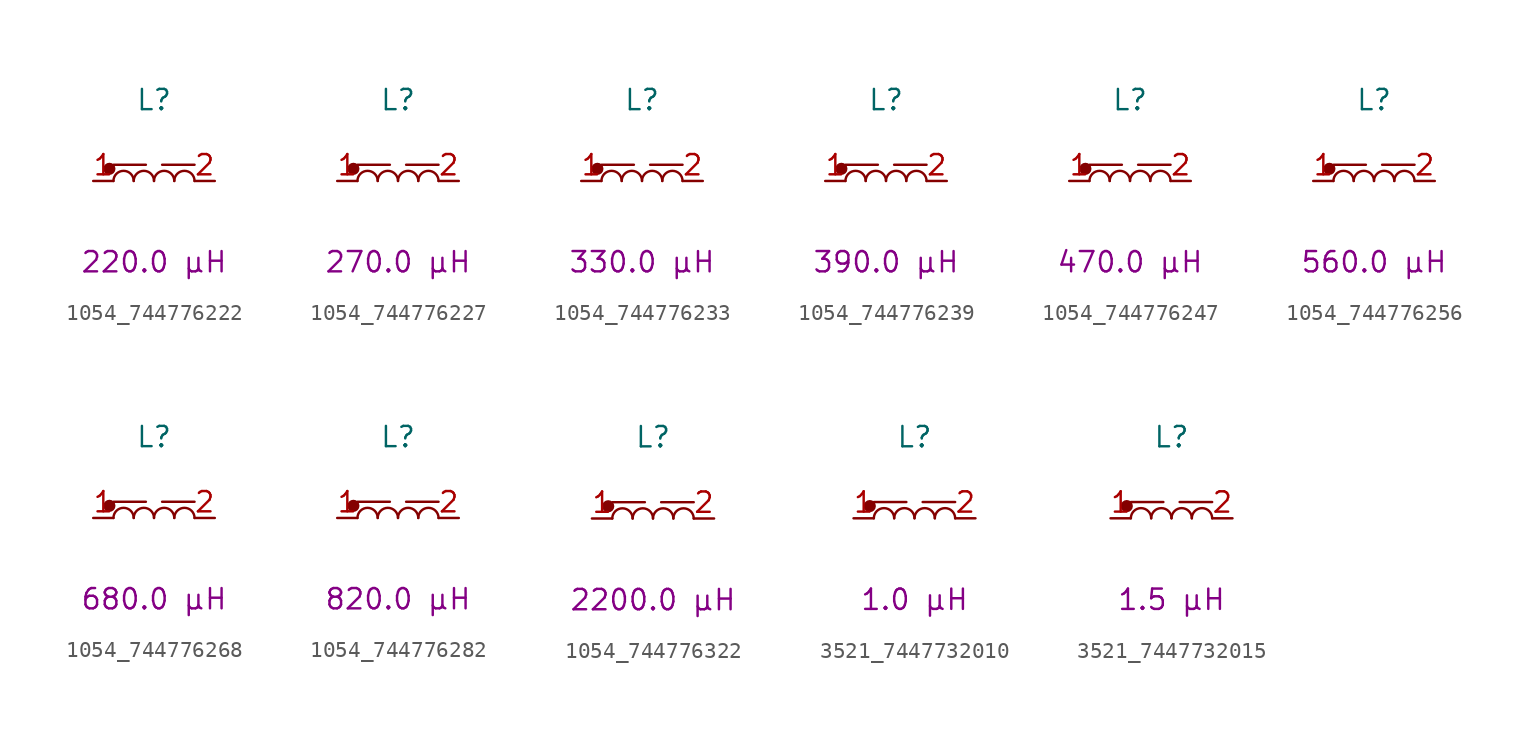
<source format=kicad_sym>
(kicad_symbol_lib
  (version 20220914)
  (generator kicad_symbol_editor)
  (symbol "1054_744776222"
    (pin_names hide)
    (property "Reference" "L"
      (at 0 5.08 0)
      (effects (font (size 1.27 1.27))))
    (property "Critical Parameter" "220.0 µH"
      (at 0 -5.08 0)
      (effects (font (size 1.27 1.27))))
    (symbol "1054_744776222_0_1"
      (arc (start -1.27 0) (mid -1.905 0.6323) (end -2.54 0) (stroke (width 0) (type default)) (fill (type none)))
      (arc (start 0 0) (mid -0.635 0.6323) (end -1.27 0) (stroke (width 0) (type default)) (fill (type none)))
      (polyline (pts (xy -2.54 1.016) (xy -0.508 1.016)) (stroke (width 0) (type default)) (fill (type none)))
      (arc (start 1.27 0) (mid 0.635 0.6323) (end 0 0) (stroke (width 0) (type default)) (fill (type none)))
      (arc (start 2.54 0) (mid 1.905 0.6323) (end 1.27 0) (stroke (width 0) (type default)) (fill (type none))))
    (symbol "1054_744776222_1_1"
      (circle (center -2.794 0.762) (radius 0.0001) (stroke (width 0.381) (type default)) (fill (type none)))
      (polyline (pts (xy 2.54 1.016) (xy 0.508 1.016)) (stroke (width 0) (type default)) (fill (type none)))
      (pin passive line (at -3.81 0 0) (length 1.27) (name "1" (effects (font (size 1.27 1.27)))) (number "1" (effects (font (size 1.27 1.27)))))
      (pin passive line (at 3.81 0 180) (length 1.27) (name "2" (effects (font (size 1.27 1.27)))) (number "2" (effects (font (size 1.27 1.27)))))))
  (symbol "1054_744776227"
    (pin_names hide)
    (property "Reference" "L"
      (at 0 5.08 0)
      (effects (font (size 1.27 1.27))))
    (property "Critical Parameter" "270.0 µH"
      (at 0 -5.08 0)
      (effects (font (size 1.27 1.27))))
    (symbol "1054_744776227_0_1"
      (arc (start -1.27 0) (mid -1.905 0.6323) (end -2.54 0) (stroke (width 0) (type default)) (fill (type none)))
      (arc (start 0 0) (mid -0.635 0.6323) (end -1.27 0) (stroke (width 0) (type default)) (fill (type none)))
      (polyline (pts (xy -2.54 1.016) (xy -0.508 1.016)) (stroke (width 0) (type default)) (fill (type none)))
      (arc (start 1.27 0) (mid 0.635 0.6323) (end 0 0) (stroke (width 0) (type default)) (fill (type none)))
      (arc (start 2.54 0) (mid 1.905 0.6323) (end 1.27 0) (stroke (width 0) (type default)) (fill (type none))))
    (symbol "1054_744776227_1_1"
      (circle (center -2.794 0.762) (radius 0.0001) (stroke (width 0.381) (type default)) (fill (type none)))
      (polyline (pts (xy 2.54 1.016) (xy 0.508 1.016)) (stroke (width 0) (type default)) (fill (type none)))
      (pin passive line (at -3.81 0 0) (length 1.27) (name "1" (effects (font (size 1.27 1.27)))) (number "1" (effects (font (size 1.27 1.27)))))
      (pin passive line (at 3.81 0 180) (length 1.27) (name "2" (effects (font (size 1.27 1.27)))) (number "2" (effects (font (size 1.27 1.27)))))))
  (symbol "1054_744776233"
    (pin_names hide)
    (property "Reference" "L"
      (at 0 5.08 0)
      (effects (font (size 1.27 1.27))))
    (property "Critical Parameter" "330.0 µH"
      (at 0 -5.08 0)
      (effects (font (size 1.27 1.27))))
    (symbol "1054_744776233_0_1"
      (arc (start -1.27 0) (mid -1.905 0.6323) (end -2.54 0) (stroke (width 0) (type default)) (fill (type none)))
      (arc (start 0 0) (mid -0.635 0.6323) (end -1.27 0) (stroke (width 0) (type default)) (fill (type none)))
      (polyline (pts (xy -2.54 1.016) (xy -0.508 1.016)) (stroke (width 0) (type default)) (fill (type none)))
      (arc (start 1.27 0) (mid 0.635 0.6323) (end 0 0) (stroke (width 0) (type default)) (fill (type none)))
      (arc (start 2.54 0) (mid 1.905 0.6323) (end 1.27 0) (stroke (width 0) (type default)) (fill (type none))))
    (symbol "1054_744776233_1_1"
      (circle (center -2.794 0.762) (radius 0.0001) (stroke (width 0.381) (type default)) (fill (type none)))
      (polyline (pts (xy 2.54 1.016) (xy 0.508 1.016)) (stroke (width 0) (type default)) (fill (type none)))
      (pin passive line (at -3.81 0 0) (length 1.27) (name "1" (effects (font (size 1.27 1.27)))) (number "1" (effects (font (size 1.27 1.27)))))
      (pin passive line (at 3.81 0 180) (length 1.27) (name "2" (effects (font (size 1.27 1.27)))) (number "2" (effects (font (size 1.27 1.27)))))))
  (symbol "1054_744776239"
    (pin_names hide)
    (property "Reference" "L"
      (at 0 5.08 0)
      (effects (font (size 1.27 1.27))))
    (property "Critical Parameter" "390.0 µH"
      (at 0 -5.08 0)
      (effects (font (size 1.27 1.27))))
    (symbol "1054_744776239_0_1"
      (arc (start -1.27 0) (mid -1.905 0.6323) (end -2.54 0) (stroke (width 0) (type default)) (fill (type none)))
      (arc (start 0 0) (mid -0.635 0.6323) (end -1.27 0) (stroke (width 0) (type default)) (fill (type none)))
      (polyline (pts (xy -2.54 1.016) (xy -0.508 1.016)) (stroke (width 0) (type default)) (fill (type none)))
      (arc (start 1.27 0) (mid 0.635 0.6323) (end 0 0) (stroke (width 0) (type default)) (fill (type none)))
      (arc (start 2.54 0) (mid 1.905 0.6323) (end 1.27 0) (stroke (width 0) (type default)) (fill (type none))))
    (symbol "1054_744776239_1_1"
      (circle (center -2.794 0.762) (radius 0.0001) (stroke (width 0.381) (type default)) (fill (type none)))
      (polyline (pts (xy 2.54 1.016) (xy 0.508 1.016)) (stroke (width 0) (type default)) (fill (type none)))
      (pin passive line (at -3.81 0 0) (length 1.27) (name "1" (effects (font (size 1.27 1.27)))) (number "1" (effects (font (size 1.27 1.27)))))
      (pin passive line (at 3.81 0 180) (length 1.27) (name "2" (effects (font (size 1.27 1.27)))) (number "2" (effects (font (size 1.27 1.27)))))))
  (symbol "1054_744776247"
    (pin_names hide)
    (property "Reference" "L"
      (at 0 5.08 0)
      (effects (font (size 1.27 1.27))))
    (property "Critical Parameter" "470.0 µH"
      (at 0 -5.08 0)
      (effects (font (size 1.27 1.27))))
    (symbol "1054_744776247_0_1"
      (arc (start -1.27 0) (mid -1.905 0.6323) (end -2.54 0) (stroke (width 0) (type default)) (fill (type none)))
      (arc (start 0 0) (mid -0.635 0.6323) (end -1.27 0) (stroke (width 0) (type default)) (fill (type none)))
      (polyline (pts (xy -2.54 1.016) (xy -0.508 1.016)) (stroke (width 0) (type default)) (fill (type none)))
      (arc (start 1.27 0) (mid 0.635 0.6323) (end 0 0) (stroke (width 0) (type default)) (fill (type none)))
      (arc (start 2.54 0) (mid 1.905 0.6323) (end 1.27 0) (stroke (width 0) (type default)) (fill (type none))))
    (symbol "1054_744776247_1_1"
      (circle (center -2.794 0.762) (radius 0.0001) (stroke (width 0.381) (type default)) (fill (type none)))
      (polyline (pts (xy 2.54 1.016) (xy 0.508 1.016)) (stroke (width 0) (type default)) (fill (type none)))
      (pin passive line (at -3.81 0 0) (length 1.27) (name "1" (effects (font (size 1.27 1.27)))) (number "1" (effects (font (size 1.27 1.27)))))
      (pin passive line (at 3.81 0 180) (length 1.27) (name "2" (effects (font (size 1.27 1.27)))) (number "2" (effects (font (size 1.27 1.27)))))))
  (symbol "1054_744776256"
    (pin_names hide)
    (property "Reference" "L"
      (at 0 5.08 0)
      (effects (font (size 1.27 1.27))))
    (property "Critical Parameter" "560.0 µH"
      (at 0 -5.08 0)
      (effects (font (size 1.27 1.27))))
    (symbol "1054_744776256_0_1"
      (arc (start -1.27 0) (mid -1.905 0.6323) (end -2.54 0) (stroke (width 0) (type default)) (fill (type none)))
      (arc (start 0 0) (mid -0.635 0.6323) (end -1.27 0) (stroke (width 0) (type default)) (fill (type none)))
      (polyline (pts (xy -2.54 1.016) (xy -0.508 1.016)) (stroke (width 0) (type default)) (fill (type none)))
      (arc (start 1.27 0) (mid 0.635 0.6323) (end 0 0) (stroke (width 0) (type default)) (fill (type none)))
      (arc (start 2.54 0) (mid 1.905 0.6323) (end 1.27 0) (stroke (width 0) (type default)) (fill (type none))))
    (symbol "1054_744776256_1_1"
      (circle (center -2.794 0.762) (radius 0.0001) (stroke (width 0.381) (type default)) (fill (type none)))
      (polyline (pts (xy 2.54 1.016) (xy 0.508 1.016)) (stroke (width 0) (type default)) (fill (type none)))
      (pin passive line (at -3.81 0 0) (length 1.27) (name "1" (effects (font (size 1.27 1.27)))) (number "1" (effects (font (size 1.27 1.27)))))
      (pin passive line (at 3.81 0 180) (length 1.27) (name "2" (effects (font (size 1.27 1.27)))) (number "2" (effects (font (size 1.27 1.27)))))))
  (symbol "1054_744776268"
    (pin_names hide)
    (property "Reference" "L"
      (at 0 5.08 0)
      (effects (font (size 1.27 1.27))))
    (property "Critical Parameter" "680.0 µH"
      (at 0 -5.08 0)
      (effects (font (size 1.27 1.27))))
    (symbol "1054_744776268_0_1"
      (arc (start -1.27 0) (mid -1.905 0.6323) (end -2.54 0) (stroke (width 0) (type default)) (fill (type none)))
      (arc (start 0 0) (mid -0.635 0.6323) (end -1.27 0) (stroke (width 0) (type default)) (fill (type none)))
      (polyline (pts (xy -2.54 1.016) (xy -0.508 1.016)) (stroke (width 0) (type default)) (fill (type none)))
      (arc (start 1.27 0) (mid 0.635 0.6323) (end 0 0) (stroke (width 0) (type default)) (fill (type none)))
      (arc (start 2.54 0) (mid 1.905 0.6323) (end 1.27 0) (stroke (width 0) (type default)) (fill (type none))))
    (symbol "1054_744776268_1_1"
      (circle (center -2.794 0.762) (radius 0.0001) (stroke (width 0.381) (type default)) (fill (type none)))
      (polyline (pts (xy 2.54 1.016) (xy 0.508 1.016)) (stroke (width 0) (type default)) (fill (type none)))
      (pin passive line (at -3.81 0 0) (length 1.27) (name "1" (effects (font (size 1.27 1.27)))) (number "1" (effects (font (size 1.27 1.27)))))
      (pin passive line (at 3.81 0 180) (length 1.27) (name "2" (effects (font (size 1.27 1.27)))) (number "2" (effects (font (size 1.27 1.27)))))))
  (symbol "1054_744776282"
    (pin_names hide)
    (property "Reference" "L"
      (at 0 5.08 0)
      (effects (font (size 1.27 1.27))))
    (property "Critical Parameter" "820.0 µH"
      (at 0 -5.08 0)
      (effects (font (size 1.27 1.27))))
    (symbol "1054_744776282_0_1"
      (arc (start -1.27 0) (mid -1.905 0.6323) (end -2.54 0) (stroke (width 0) (type default)) (fill (type none)))
      (arc (start 0 0) (mid -0.635 0.6323) (end -1.27 0) (stroke (width 0) (type default)) (fill (type none)))
      (polyline (pts (xy -2.54 1.016) (xy -0.508 1.016)) (stroke (width 0) (type default)) (fill (type none)))
      (arc (start 1.27 0) (mid 0.635 0.6323) (end 0 0) (stroke (width 0) (type default)) (fill (type none)))
      (arc (start 2.54 0) (mid 1.905 0.6323) (end 1.27 0) (stroke (width 0) (type default)) (fill (type none))))
    (symbol "1054_744776282_1_1"
      (circle (center -2.794 0.762) (radius 0.0001) (stroke (width 0.381) (type default)) (fill (type none)))
      (polyline (pts (xy 2.54 1.016) (xy 0.508 1.016)) (stroke (width 0) (type default)) (fill (type none)))
      (pin passive line (at -3.81 0 0) (length 1.27) (name "1" (effects (font (size 1.27 1.27)))) (number "1" (effects (font (size 1.27 1.27)))))
      (pin passive line (at 3.81 0 180) (length 1.27) (name "2" (effects (font (size 1.27 1.27)))) (number "2" (effects (font (size 1.27 1.27)))))))
  (symbol "1054_744776322"
    (pin_names hide)
    (property "Reference" "L"
      (at 0 5.08 0)
      (effects (font (size 1.27 1.27))))
    (property "Critical Parameter" "2200.0 µH"
      (at 0 -5.08 0)
      (effects (font (size 1.27 1.27))))
    (symbol "1054_744776322_0_1"
      (arc (start -1.27 0) (mid -1.905 0.6323) (end -2.54 0) (stroke (width 0) (type default)) (fill (type none)))
      (arc (start 0 0) (mid -0.635 0.6323) (end -1.27 0) (stroke (width 0) (type default)) (fill (type none)))
      (polyline (pts (xy -2.54 1.016) (xy -0.508 1.016)) (stroke (width 0) (type default)) (fill (type none)))
      (arc (start 1.27 0) (mid 0.635 0.6323) (end 0 0) (stroke (width 0) (type default)) (fill (type none)))
      (arc (start 2.54 0) (mid 1.905 0.6323) (end 1.27 0) (stroke (width 0) (type default)) (fill (type none))))
    (symbol "1054_744776322_1_1"
      (circle (center -2.794 0.762) (radius 0.0001) (stroke (width 0.381) (type default)) (fill (type none)))
      (polyline (pts (xy 2.54 1.016) (xy 0.508 1.016)) (stroke (width 0) (type default)) (fill (type none)))
      (pin passive line (at -3.81 0 0) (length 1.27) (name "1" (effects (font (size 1.27 1.27)))) (number "1" (effects (font (size 1.27 1.27)))))
      (pin passive line (at 3.81 0 180) (length 1.27) (name "2" (effects (font (size 1.27 1.27)))) (number "2" (effects (font (size 1.27 1.27)))))))
  (symbol "3521_7447732010"
    (pin_names hide)
    (property "Reference" "L"
      (at 0 5.08 0)
      (effects (font (size 1.27 1.27))))
    (property "Critical Parameter" "1.0 µH"
      (at 0 -5.08 0)
      (effects (font (size 1.27 1.27))))
    (symbol "3521_7447732010_0_1"
      (arc (start -1.27 0) (mid -1.905 0.6323) (end -2.54 0) (stroke (width 0) (type default)) (fill (type none)))
      (arc (start 0 0) (mid -0.635 0.6323) (end -1.27 0) (stroke (width 0) (type default)) (fill (type none)))
      (polyline (pts (xy -2.54 1.016) (xy -0.508 1.016)) (stroke (width 0) (type default)) (fill (type none)))
      (arc (start 1.27 0) (mid 0.635 0.6323) (end 0 0) (stroke (width 0) (type default)) (fill (type none)))
      (arc (start 2.54 0) (mid 1.905 0.6323) (end 1.27 0) (stroke (width 0) (type default)) (fill (type none))))
    (symbol "3521_7447732010_1_1"
      (circle (center -2.794 0.762) (radius 0.0001) (stroke (width 0.381) (type default)) (fill (type none)))
      (polyline (pts (xy 2.54 1.016) (xy 0.508 1.016)) (stroke (width 0) (type default)) (fill (type none)))
      (pin passive line (at -3.81 0 0) (length 1.27) (name "1" (effects (font (size 1.27 1.27)))) (number "1" (effects (font (size 1.27 1.27)))))
      (pin passive line (at 3.81 0 180) (length 1.27) (name "2" (effects (font (size 1.27 1.27)))) (number "2" (effects (font (size 1.27 1.27)))))))
  (symbol "3521_7447732015"
    (pin_names hide)
    (property "Reference" "L"
      (at 0 5.08 0)
      (effects (font (size 1.27 1.27))))
    (property "Critical Parameter" "1.5 µH"
      (at 0 -5.08 0)
      (effects (font (size 1.27 1.27))))
    (symbol "3521_7447732015_0_1"
      (arc (start -1.27 0) (mid -1.905 0.6323) (end -2.54 0) (stroke (width 0) (type default)) (fill (type none)))
      (arc (start 0 0) (mid -0.635 0.6323) (end -1.27 0) (stroke (width 0) (type default)) (fill (type none)))
      (polyline (pts (xy -2.54 1.016) (xy -0.508 1.016)) (stroke (width 0) (type default)) (fill (type none)))
      (arc (start 1.27 0) (mid 0.635 0.6323) (end 0 0) (stroke (width 0) (type default)) (fill (type none)))
      (arc (start 2.54 0) (mid 1.905 0.6323) (end 1.27 0) (stroke (width 0) (type default)) (fill (type none))))
    (symbol "3521_7447732015_1_1"
      (circle (center -2.794 0.762) (radius 0.0001) (stroke (width 0.381) (type default)) (fill (type none)))
      (polyline (pts (xy 2.54 1.016) (xy 0.508 1.016)) (stroke (width 0) (type default)) (fill (type none)))
      (pin passive line (at -3.81 0 0) (length 1.27) (name "1" (effects (font (size 1.27 1.27)))) (number "1" (effects (font (size 1.27 1.27)))))
      (pin passive line (at 3.81 0 180) (length 1.27) (name "2" (effects (font (size 1.27 1.27)))) (number "2" (effects (font (size 1.27 1.27))))))))
</source>
